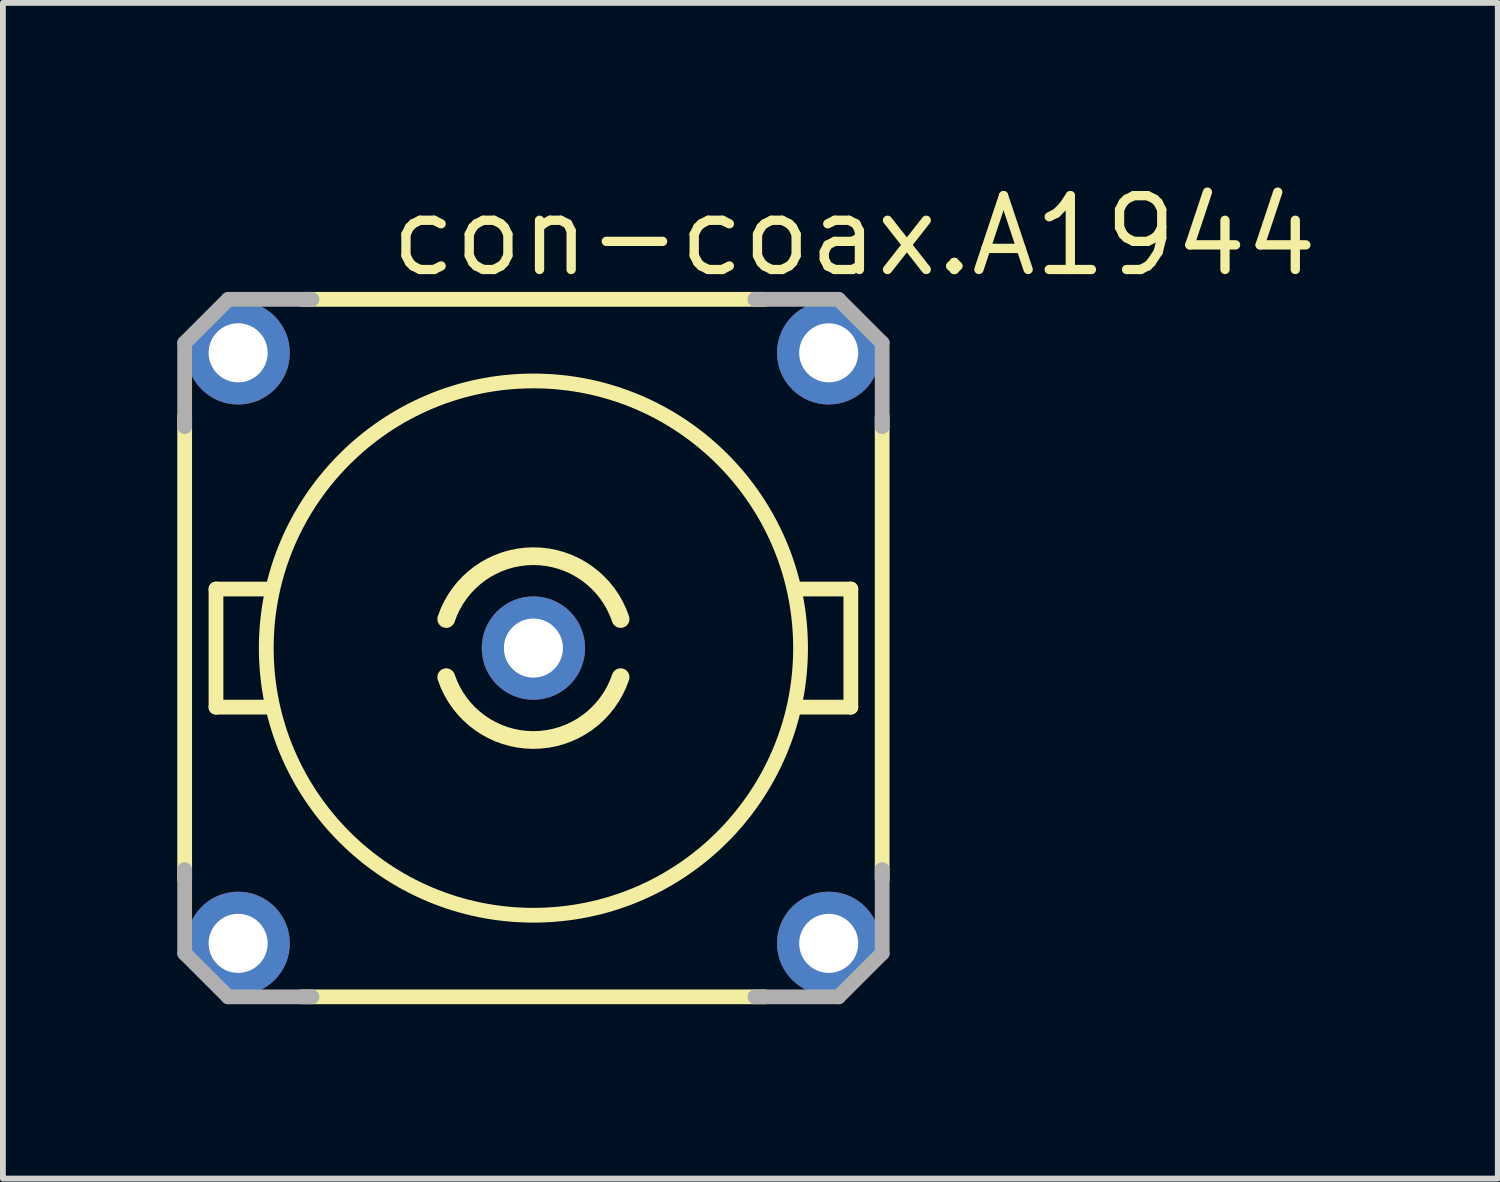
<source format=kicad_pcb>
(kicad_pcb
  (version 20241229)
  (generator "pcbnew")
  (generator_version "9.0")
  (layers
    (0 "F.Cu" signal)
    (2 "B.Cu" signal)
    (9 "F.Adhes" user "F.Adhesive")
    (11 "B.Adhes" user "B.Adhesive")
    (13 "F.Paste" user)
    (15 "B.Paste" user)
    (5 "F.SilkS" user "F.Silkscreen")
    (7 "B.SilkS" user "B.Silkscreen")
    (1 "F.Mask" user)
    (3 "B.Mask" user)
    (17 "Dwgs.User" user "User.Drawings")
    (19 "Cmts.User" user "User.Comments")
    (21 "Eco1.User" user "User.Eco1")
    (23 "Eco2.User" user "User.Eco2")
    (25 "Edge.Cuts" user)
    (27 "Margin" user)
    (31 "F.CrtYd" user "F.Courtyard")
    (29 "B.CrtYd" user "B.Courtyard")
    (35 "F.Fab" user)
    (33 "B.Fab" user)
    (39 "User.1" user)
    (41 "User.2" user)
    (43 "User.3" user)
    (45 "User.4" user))
  (footprint "con-coax.A1944"
    (layer "F.Cu")
    (at 6.127 8.1)
    (property "Reference" "con-coax.A1944" (at -2.54 -6.35 0) (layer "F.SilkS") (effects (font (size 1.27 1.27) (thickness 0.16)) (justify left bottom)))
    (attr through_hole)
    (fp_line (start -6 -3.98) (end -6 3.98) (stroke (width 0.254) (type default)) (layer "F.SilkS"))
    (fp_line (start -5.461 -1.016) (end -5.461 1.016) (stroke (width 0.254) (type default)) (layer "F.SilkS"))
    (fp_line (start -5.461 1.016) (end -4.572 1.016) (stroke (width 0.254) (type default)) (layer "F.SilkS"))
    (fp_line (start -4.572 -1.016) (end -5.461 -1.016) (stroke (width 0.254) (type default)) (layer "F.SilkS"))
    (fp_line (start -3.98 6) (end 3.98 6) (stroke (width 0.254) (type default)) (layer "F.SilkS"))
    (fp_line (start 3.98 -6) (end -3.98 -6) (stroke (width 0.254) (type default)) (layer "F.SilkS"))
    (fp_line (start 4.572 1.016) (end 5.461 1.016) (stroke (width 0.254) (type default)) (layer "F.SilkS"))
    (fp_line (start 5.461 -1.016) (end 4.572 -1.016) (stroke (width 0.254) (type default)) (layer "F.SilkS"))
    (fp_line (start 5.461 1.016) (end 5.461 -1.016) (stroke (width 0.254) (type default)) (layer "F.SilkS"))
    (fp_line (start 6 3.98) (end 6 -3.98) (stroke (width 0.254) (type default)) (layer "F.SilkS"))
    (fp_arc (start -1.5 -0.5) (mid 0 -1.581139) (end 1.5 -0.5) (stroke (width 0.3048) (type default)) (layer "F.SilkS"))
    (fp_arc (start 1.5 0.5) (mid 0 1.581139) (end -1.5 0.5) (stroke (width 0.3048) (type default)) (layer "F.SilkS"))
    (fp_circle (center 0 0) (end 4.596 0) (stroke (width 0.254) (type default)) (fill no) (layer "F.SilkS"))
    (fp_line (start -6 -5.25) (end -6 -3.81) (stroke (width 0.254) (type default)) (layer "F.Fab"))
    (fp_line (start -6 3.81) (end -6 5.25) (stroke (width 0.254) (type default)) (layer "F.Fab"))
    (fp_line (start -5.25 -6) (end -6 -5.25) (stroke (width 0.254) (type default)) (layer "F.Fab"))
    (fp_line (start -5.25 6) (end -6 5.25) (stroke (width 0.254) (type default)) (layer "F.Fab"))
    (fp_line (start -5.25 6) (end -3.81 6) (stroke (width 0.254) (type default)) (layer "F.Fab"))
    (fp_line (start -3.81 -6) (end -5.25 -6) (stroke (width 0.254) (type default)) (layer "F.Fab"))
    (fp_line (start 3.81 6) (end 5.25 6) (stroke (width 0.254) (type default)) (layer "F.Fab"))
    (fp_line (start 5.25 -6) (end 3.81 -6) (stroke (width 0.254) (type default)) (layer "F.Fab"))
    (fp_line (start 5.25 -6) (end 6 -5.25) (stroke (width 0.254) (type default)) (layer "F.Fab"))
    (fp_line (start 6 -3.81) (end 6 -5.25) (stroke (width 0.254) (type default)) (layer "F.Fab"))
    (fp_line (start 6 5.25) (end 5.25 6) (stroke (width 0.254) (type default)) (layer "F.Fab"))
    (fp_line (start 6 5.25) (end 6 3.81) (stroke (width 0.254) (type default)) (layer "F.Fab"))
    (pad "1" thru_hole circle (at 0 0) (size 1.778 1.778) (drill 1.016) (layers "*.Cu" "*.Mask"))
    (pad "2" thru_hole circle (at 5.08 -5.08) (size 1.778 1.778) (drill 1.016) (layers "*.Cu" "*.Mask"))
    (pad "3" thru_hole circle (at -5.08 -5.08) (size 1.778 1.778) (drill 1.016) (layers "*.Cu" "*.Mask"))
    (pad "4" thru_hole circle (at -5.08 5.08) (size 1.778 1.778) (drill 1.016) (layers "*.Cu" "*.Mask"))
    (pad "5" thru_hole circle (at 5.08 5.08) (size 1.778 1.778) (drill 1.016) (layers "*.Cu" "*.Mask")))
  (gr_rect
    (start -3 -3)
    (end 22.718 17.227)
    (stroke (width 0.1) (type default))
    (fill no)
    (layer "Edge.Cuts")))
</source>
